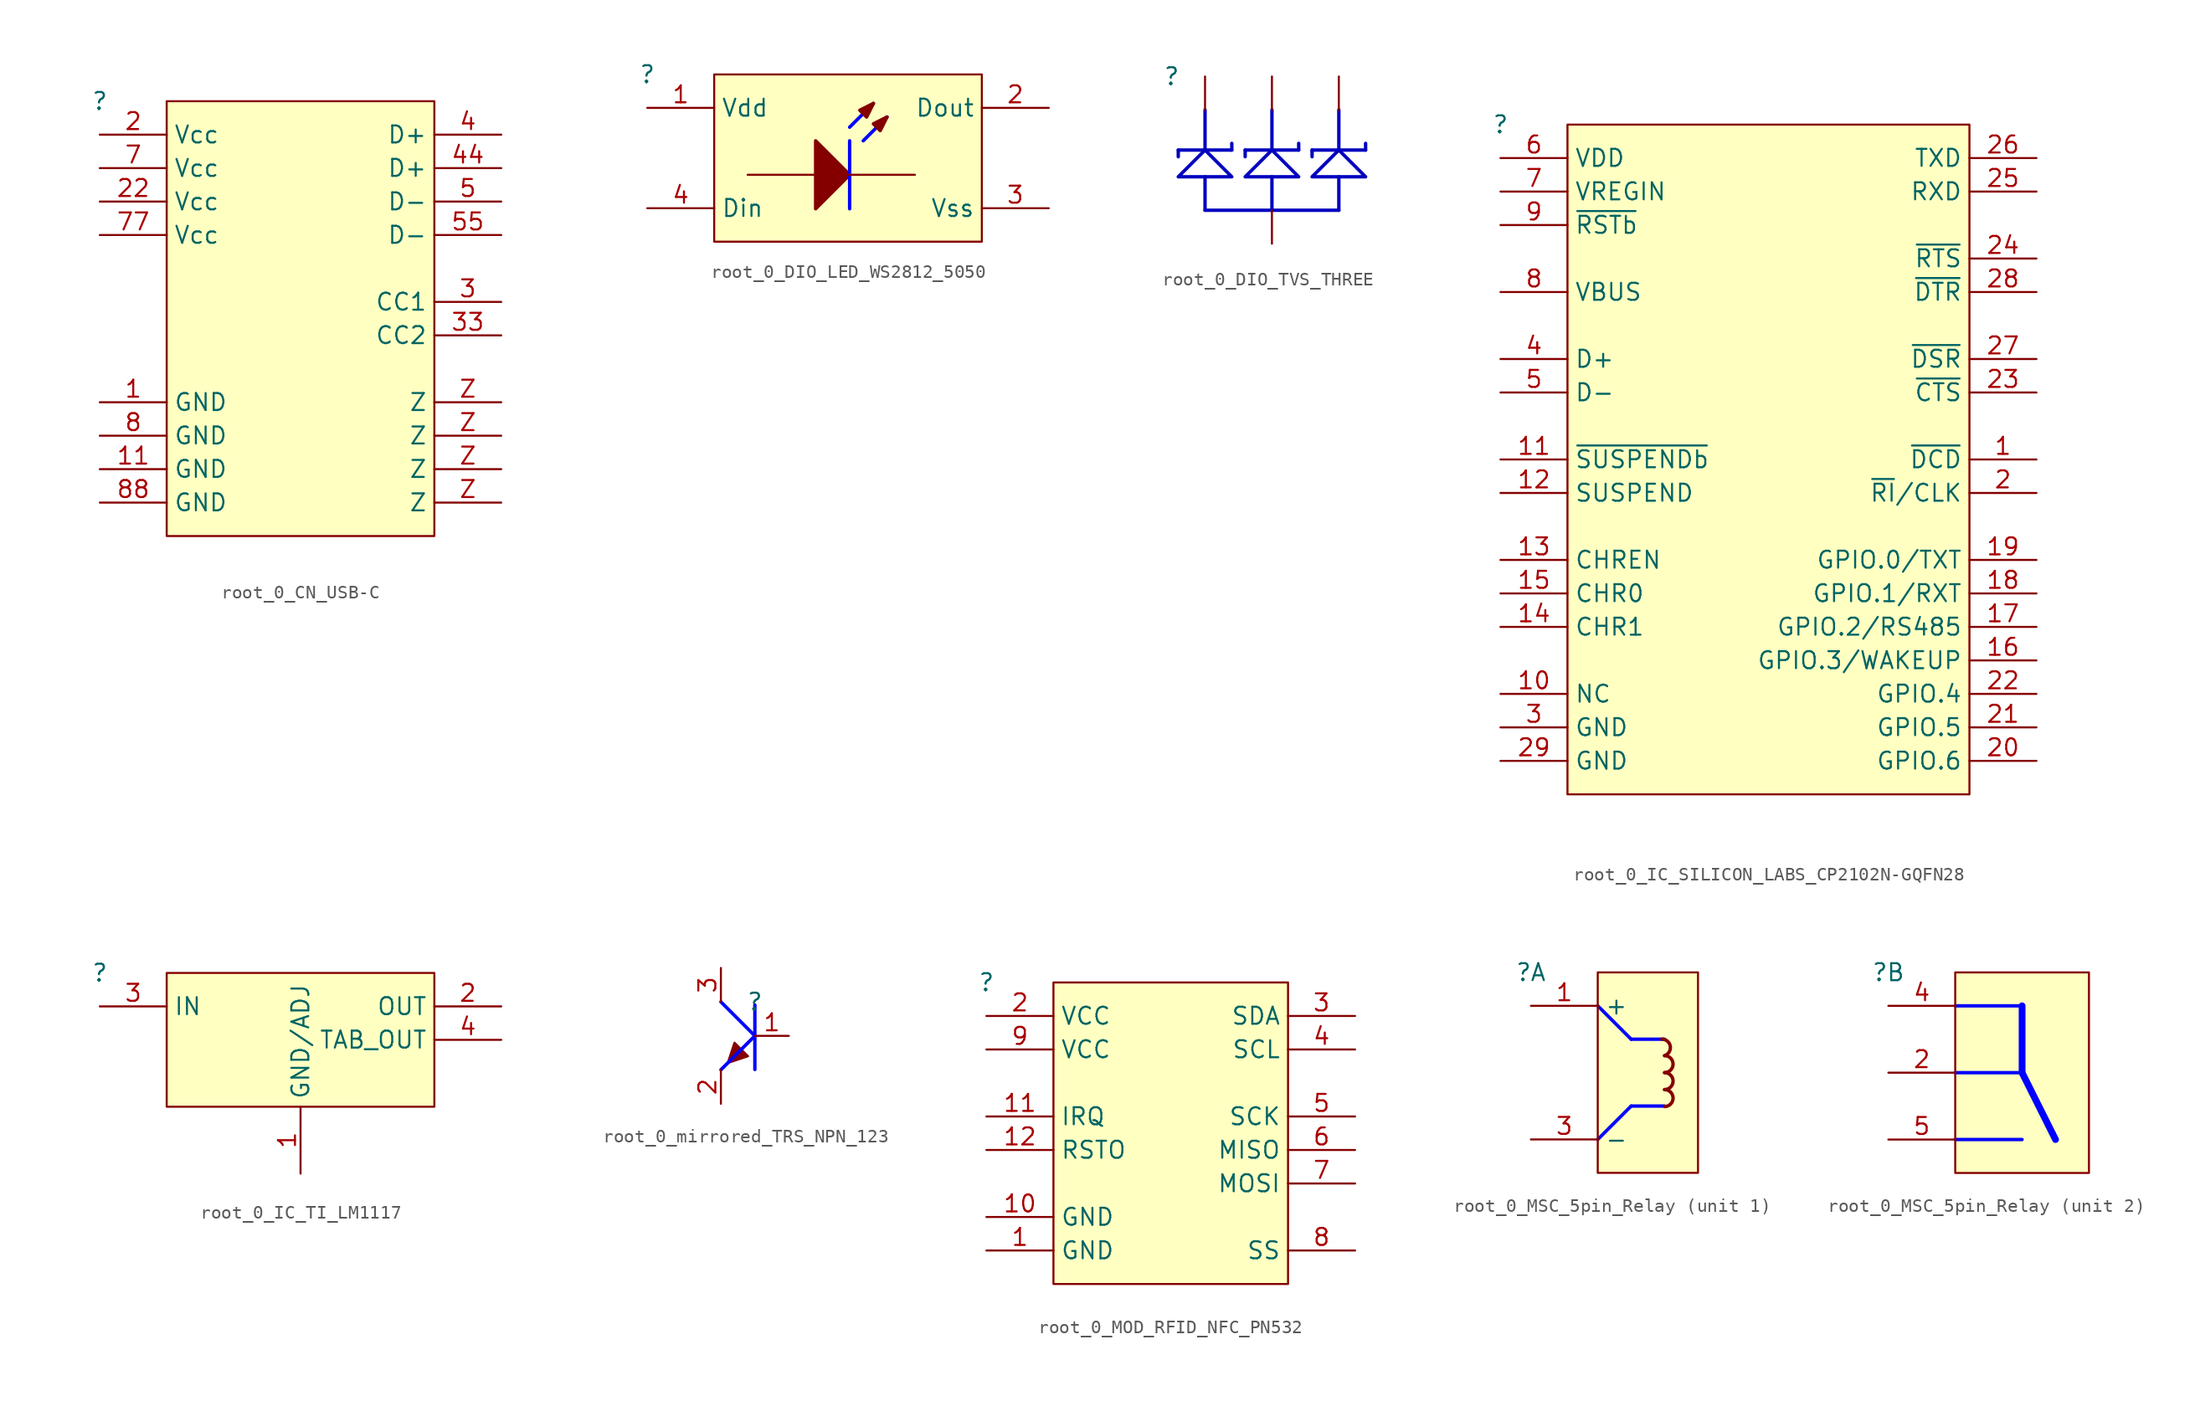
<source format=kicad_sym>
(kicad_symbol_lib
  (version 20220914)
  (generator kicad_symbol_editor)
  (symbol "root_0_CN_USB-C"
    (property "Reference" ""
      (at 0 0 0)
      (effects (font (size 1.27 1.27))))
    (property "Value" ""
      (at 0 0 0)
      (effects (font (size 1.27 1.27))))
    (symbol "root_0_CN_USB-C_1_0"
      (rectangle (start 25 0) (end 5 -32.5) (stroke (width 0) (type solid)) (fill (type background)))
      (pin passive line (at 0 -22.5 0) (length 5) (name "GND" (effects (font (size 1.27 1.27)))) (number "1" (effects (font (size 1.27 1.27)))))
      (pin passive line (at 0 -27.5 0) (length 5) (name "GND" (effects (font (size 1.27 1.27)))) (number "11" (effects (font (size 1.27 1.27)))))
      (pin passive line (at 0 -2.5 0) (length 5) (name "Vcc" (effects (font (size 1.27 1.27)))) (number "2" (effects (font (size 1.27 1.27)))))
      (pin passive line (at 0 -7.5 0) (length 5) (name "Vcc" (effects (font (size 1.27 1.27)))) (number "22" (effects (font (size 1.27 1.27)))))
      (pin passive line (at 30 -15 180) (length 5) (name "CC1" (effects (font (size 1.27 1.27)))) (number "3" (effects (font (size 1.27 1.27)))))
      (pin passive line (at 30 -17.5 180) (length 5) (name "CC2" (effects (font (size 1.27 1.27)))) (number "33" (effects (font (size 1.27 1.27)))))
      (pin passive line (at 30 -2.5 180) (length 5) (name "D+" (effects (font (size 1.27 1.27)))) (number "4" (effects (font (size 1.27 1.27)))))
      (pin passive line (at 30 -5 180) (length 5) (name "D+" (effects (font (size 1.27 1.27)))) (number "44" (effects (font (size 1.27 1.27)))))
      (pin passive line (at 30 -7.5 180) (length 5) (name "D-" (effects (font (size 1.27 1.27)))) (number "5" (effects (font (size 1.27 1.27)))))
      (pin passive line (at 30 -10 180) (length 5) (name "D-" (effects (font (size 1.27 1.27)))) (number "55" (effects (font (size 1.27 1.27)))))
      (pin passive line (at 0 -5 0) (length 5) (name "Vcc" (effects (font (size 1.27 1.27)))) (number "7" (effects (font (size 1.27 1.27)))))
      (pin passive line (at 0 -10 0) (length 5) (name "Vcc" (effects (font (size 1.27 1.27)))) (number "77" (effects (font (size 1.27 1.27)))))
      (pin passive line (at 0 -25 0) (length 5) (name "GND" (effects (font (size 1.27 1.27)))) (number "8" (effects (font (size 1.27 1.27)))))
      (pin passive line (at 0 -30 0) (length 5) (name "GND" (effects (font (size 1.27 1.27)))) (number "88" (effects (font (size 1.27 1.27)))))
      (pin passive line (at 30 -30 180) (length 5) (name "Z" (effects (font (size 1.27 1.27)))) (number "Z" (effects (font (size 1.27 1.27)))))
      (pin passive line (at 30 -27.5 180) (length 5) (name "Z" (effects (font (size 1.27 1.27)))) (number "Z" (effects (font (size 1.27 1.27)))))
      (pin passive line (at 30 -25 180) (length 5) (name "Z" (effects (font (size 1.27 1.27)))) (number "Z" (effects (font (size 1.27 1.27)))))
      (pin passive line (at 30 -22.5 180) (length 5) (name "Z" (effects (font (size 1.27 1.27)))) (number "Z" (effects (font (size 1.27 1.27)))))))
  (symbol "root_0_DIO_LED_WS2812_5050"
    (property "Reference" ""
      (at 0 0 0)
      (effects (font (size 1.27 1.27))))
    (property "Value" ""
      (at 0 0 0)
      (effects (font (size 1.27 1.27))))
    (symbol "root_0_DIO_LED_WS2812_5050_1_0"
      (polyline (pts (xy 15.12 -4.96) (xy 15.12 -10.04)) (stroke (width 0.254) (type solid) (color 0 0 255 1)) (fill (type none)))
      (polyline (pts (xy 15.12 -3.944) (xy 16.898 -2.166)) (stroke (width 0.254) (type solid) (color 0 0 255 1)) (fill (type none)))
      (polyline (pts (xy 16.136 -4.96) (xy 17.914 -3.182)) (stroke (width 0.254) (type solid) (color 0 0 255 1)) (fill (type none)))
      (polyline (pts (xy 12.58 -10.04) (xy 15.12 -7.5) (xy 12.58 -4.96) (xy 12.58 -10.04)) (stroke (width 0.254) (type solid)) (fill (type outline)))
      (polyline (pts (xy 16.898 -2.166) (xy 15.882 -2.674) (xy 16.39 -3.182) (xy 16.898 -2.166)) (stroke (width 0.254) (type solid)) (fill (type outline)))
      (polyline (pts (xy 17.914 -3.182) (xy 16.898 -3.69) (xy 17.406 -4.198) (xy 17.914 -3.182)) (stroke (width 0.254) (type solid)) (fill (type outline)))
      (rectangle (start 25 0) (end 5 -12.5) (stroke (width 0) (type solid)) (fill (type background)))
      (pin passive line (at 20 -7.5 180) (length 5.08) (name "K" (effects (font (size 0 0)))) (number "1" (effects (font (size 0 0)))))
      (pin power_in line (at 0 -2.5 0) (length 5) (name "Vdd" (effects (font (size 1.27 1.27)))) (number "1" (effects (font (size 1.27 1.27)))))
      (pin passive line (at 7.5 -7.5 0) (length 5.08) (name "A" (effects (font (size 0 0)))) (number "2" (effects (font (size 0 0)))))
      (pin output line (at 30 -2.5 180) (length 5) (name "Dout" (effects (font (size 1.27 1.27)))) (number "2" (effects (font (size 1.27 1.27)))))
      (pin power_in line (at 30 -10 180) (length 5) (name "Vss" (effects (font (size 1.27 1.27)))) (number "3" (effects (font (size 1.27 1.27)))))
      (pin input line (at 0 -10 0) (length 5) (name "Din" (effects (font (size 1.27 1.27)))) (number "4" (effects (font (size 1.27 1.27)))))))
  (symbol "root_0_DIO_TVS_THREE"
    (property "Reference" ""
      (at 0 0 0)
      (effects (font (size 1.27 1.27))))
    (property "Value" ""
      (at 0 0 0)
      (effects (font (size 1.27 1.27))))
    (symbol "root_0_DIO_TVS_THREE_1_0"
      (polyline (pts (xy 0.5 -5.5) (xy 0.5 -6)) (stroke (width 0.254) (type solid) (color 0 0 191 1)) (fill (type none)))
      (polyline (pts (xy 0.5 -5.5) (xy 4.5 -5.5)) (stroke (width 0.254) (type solid) (color 0 0 191 1)) (fill (type none)))
      (polyline (pts (xy 2.5 -10) (xy 12.5 -10)) (stroke (width 0.254) (type solid) (color 0 0 191 1)) (fill (type none)))
      (polyline (pts (xy 2.5 -7.5) (xy 2.5 -10)) (stroke (width 0.254) (type solid) (color 0 0 191 1)) (fill (type none)))
      (polyline (pts (xy 2.5 -5.5) (xy 2.5 -2.5)) (stroke (width 0.254) (type solid) (color 0 0 191 1)) (fill (type none)))
      (polyline (pts (xy 4.5 -5.5) (xy 4.5 -5)) (stroke (width 0.254) (type solid) (color 0 0 191 1)) (fill (type none)))
      (polyline (pts (xy 5.5 -5.5) (xy 5.5 -6)) (stroke (width 0.254) (type solid) (color 0 0 191 1)) (fill (type none)))
      (polyline (pts (xy 5.5 -5.5) (xy 9.5 -5.5)) (stroke (width 0.254) (type solid) (color 0 0 191 1)) (fill (type none)))
      (polyline (pts (xy 7.5 -7.5) (xy 7.5 -10)) (stroke (width 0.254) (type solid) (color 0 0 191 1)) (fill (type none)))
      (polyline (pts (xy 7.5 -5.5) (xy 7.5 -2.5)) (stroke (width 0.254) (type solid) (color 0 0 191 1)) (fill (type none)))
      (polyline (pts (xy 9.5 -5.5) (xy 9.5 -5)) (stroke (width 0.254) (type solid) (color 0 0 191 1)) (fill (type none)))
      (polyline (pts (xy 10.5 -5.5) (xy 10.5 -6)) (stroke (width 0.254) (type solid) (color 0 0 191 1)) (fill (type none)))
      (polyline (pts (xy 10.5 -5.5) (xy 14.5 -5.5)) (stroke (width 0.254) (type solid) (color 0 0 191 1)) (fill (type none)))
      (polyline (pts (xy 12.5 -7.5) (xy 12.5 -10)) (stroke (width 0.254) (type solid) (color 0 0 191 1)) (fill (type none)))
      (polyline (pts (xy 12.5 -5.5) (xy 12.5 -2.5)) (stroke (width 0.254) (type solid) (color 0 0 191 1)) (fill (type none)))
      (polyline (pts (xy 14.5 -5.5) (xy 14.5 -5)) (stroke (width 0.254) (type solid) (color 0 0 191 1)) (fill (type none)))
      (polyline (pts (xy 0.5 -7.5) (xy 4.5 -7.5) (xy 2.5 -5.5) (xy 0.5 -7.5)) (stroke (width 0.254) (type solid) (color 0 0 191 1)) (fill (type none)))
      (polyline (pts (xy 5.5 -7.5) (xy 9.5 -7.5) (xy 7.5 -5.5) (xy 5.5 -7.5)) (stroke (width 0.254) (type solid) (color 0 0 191 1)) (fill (type none)))
      (polyline (pts (xy 10.5 -7.5) (xy 14.5 -7.5) (xy 12.5 -5.5) (xy 10.5 -7.5)) (stroke (width 0.254) (type solid) (color 0 0 191 1)) (fill (type none)))
      (pin passive line (at 7.5 -12.5 90) (length 2.5) (name "Anode" (effects (font (size 0 0)))) (number "1" (effects (font (size 0 0)))))
      (pin passive line (at 2.5 0 270) (length 2.5) (name "Cathode" (effects (font (size 0 0)))) (number "2" (effects (font (size 0 0)))))
      (pin passive line (at 7.5 0 270) (length 2.5) (name "Cathode" (effects (font (size 0 0)))) (number "3" (effects (font (size 0 0)))))
      (pin passive line (at 12.5 0 270) (length 2.5) (name "Cathode" (effects (font (size 0 0)))) (number "4" (effects (font (size 0 0)))))))
  (symbol "root_0_IC_SILICON_LABS_CP2102N-GQFN28"
    (property "Reference" ""
      (at 0 0 0)
      (effects (font (size 1.27 1.27))))
    (property "Value" ""
      (at 0 0 0)
      (effects (font (size 1.27 1.27))))
    (symbol "root_0_IC_SILICON_LABS_CP2102N-GQFN28_1_0"
      (rectangle (start 35 0) (end 5 -50) (stroke (width 0) (type solid)) (fill (type background)))
      (pin input line (at 40 -25 180) (length 5) (name "~{DCD}" (effects (font (size 1.27 1.27)))) (number "1" (effects (font (size 1.27 1.27)))))
      (pin passive line (at 0 -42.5 0) (length 5) (name "NC" (effects (font (size 1.27 1.27)))) (number "10" (effects (font (size 1.27 1.27)))))
      (pin output line (at 0 -25 0) (length 5) (name "~{SUSPENDb}" (effects (font (size 1.27 1.27)))) (number "11" (effects (font (size 1.27 1.27)))))
      (pin output line (at 0 -27.5 0) (length 5) (name "SUSPEND" (effects (font (size 1.27 1.27)))) (number "12" (effects (font (size 1.27 1.27)))))
      (pin output line (at 0 -32.5 0) (length 5) (name "CHREN" (effects (font (size 1.27 1.27)))) (number "13" (effects (font (size 1.27 1.27)))))
      (pin output line (at 0 -37.5 0) (length 5) (name "CHR1" (effects (font (size 1.27 1.27)))) (number "14" (effects (font (size 1.27 1.27)))))
      (pin output line (at 0 -35 0) (length 5) (name "CHR0" (effects (font (size 1.27 1.27)))) (number "15" (effects (font (size 1.27 1.27)))))
      (pin bidirectional line (at 40 -40 180) (length 5) (name "GPIO.3/WAKEUP" (effects (font (size 1.27 1.27)))) (number "16" (effects (font (size 1.27 1.27)))))
      (pin bidirectional line (at 40 -37.5 180) (length 5) (name "GPIO.2/RS485" (effects (font (size 1.27 1.27)))) (number "17" (effects (font (size 1.27 1.27)))))
      (pin bidirectional line (at 40 -35 180) (length 5) (name "GPIO.1/RXT" (effects (font (size 1.27 1.27)))) (number "18" (effects (font (size 1.27 1.27)))))
      (pin bidirectional line (at 40 -32.5 180) (length 5) (name "GPIO.0/TXT" (effects (font (size 1.27 1.27)))) (number "19" (effects (font (size 1.27 1.27)))))
      (pin bidirectional line (at 40 -27.5 180) (length 5) (name "~{RI}/CLK" (effects (font (size 1.27 1.27)))) (number "2" (effects (font (size 1.27 1.27)))))
      (pin bidirectional line (at 40 -47.5 180) (length 5) (name "GPIO.6" (effects (font (size 1.27 1.27)))) (number "20" (effects (font (size 1.27 1.27)))))
      (pin bidirectional line (at 40 -45 180) (length 5) (name "GPIO.5" (effects (font (size 1.27 1.27)))) (number "21" (effects (font (size 1.27 1.27)))))
      (pin bidirectional line (at 40 -42.5 180) (length 5) (name "GPIO.4" (effects (font (size 1.27 1.27)))) (number "22" (effects (font (size 1.27 1.27)))))
      (pin input line (at 40 -20 180) (length 5) (name "~{CTS}" (effects (font (size 1.27 1.27)))) (number "23" (effects (font (size 1.27 1.27)))))
      (pin output line (at 40 -10 180) (length 5) (name "~{RTS}" (effects (font (size 1.27 1.27)))) (number "24" (effects (font (size 1.27 1.27)))))
      (pin input line (at 40 -5 180) (length 5) (name "RXD" (effects (font (size 1.27 1.27)))) (number "25" (effects (font (size 1.27 1.27)))))
      (pin output line (at 40 -2.5 180) (length 5) (name "TXD" (effects (font (size 1.27 1.27)))) (number "26" (effects (font (size 1.27 1.27)))))
      (pin input line (at 40 -17.5 180) (length 5) (name "~{DSR}" (effects (font (size 1.27 1.27)))) (number "27" (effects (font (size 1.27 1.27)))))
      (pin output line (at 40 -12.5 180) (length 5) (name "~{DTR}" (effects (font (size 1.27 1.27)))) (number "28" (effects (font (size 1.27 1.27)))))
      (pin power_in line (at 0 -47.5 0) (length 5) (name "GND" (effects (font (size 1.27 1.27)))) (number "29" (effects (font (size 1.27 1.27)))))
      (pin power_in line (at 0 -45 0) (length 5) (name "GND" (effects (font (size 1.27 1.27)))) (number "3" (effects (font (size 1.27 1.27)))))
      (pin bidirectional line (at 0 -17.5 0) (length 5) (name "D+" (effects (font (size 1.27 1.27)))) (number "4" (effects (font (size 1.27 1.27)))))
      (pin bidirectional line (at 0 -20 0) (length 5) (name "D-" (effects (font (size 1.27 1.27)))) (number "5" (effects (font (size 1.27 1.27)))))
      (pin power_in line (at 0 -2.5 0) (length 5) (name "VDD" (effects (font (size 1.27 1.27)))) (number "6" (effects (font (size 1.27 1.27)))))
      (pin input line (at 0 -5 0) (length 5) (name "VREGIN" (effects (font (size 1.27 1.27)))) (number "7" (effects (font (size 1.27 1.27)))))
      (pin input line (at 0 -12.5 0) (length 5) (name "VBUS" (effects (font (size 1.27 1.27)))) (number "8" (effects (font (size 1.27 1.27)))))
      (pin input line (at 0 -7.5 0) (length 5) (name "~{RSTb}" (effects (font (size 1.27 1.27)))) (number "9" (effects (font (size 1.27 1.27)))))))
  (symbol "root_0_IC_TI_LM1117"
    (property "Reference" ""
      (at 0 0 0)
      (effects (font (size 1.27 1.27))))
    (property "Value" ""
      (at 0 0 0)
      (effects (font (size 1.27 1.27))))
    (symbol "root_0_IC_TI_LM1117_1_0"
      (rectangle (start 25 0) (end 5 -10) (stroke (width 0) (type solid)) (fill (type background)))
      (pin passive line (at 15 -15 90) (length 5) (name "GND/ADJ" (effects (font (size 1.27 1.27)))) (number "1" (effects (font (size 1.27 1.27)))))
      (pin passive line (at 30 -2.5 180) (length 5) (name "OUT" (effects (font (size 1.27 1.27)))) (number "2" (effects (font (size 1.27 1.27)))))
      (pin passive line (at 0 -2.5 0) (length 5) (name "IN" (effects (font (size 1.27 1.27)))) (number "3" (effects (font (size 1.27 1.27)))))
      (pin passive line (at 30 -5 180) (length 5) (name "TAB_OUT" (effects (font (size 1.27 1.27)))) (number "4" (effects (font (size 1.27 1.27)))))))
  (symbol "root_0_mirrored_TRS_NPN_123"
    (property "Reference" ""
      (at 0 0 0)
      (effects (font (size 1.27 1.27))))
    (property "Value" ""
      (at 0 0 0)
      (effects (font (size 1.27 1.27))))
    (symbol "root_0_mirrored_TRS_NPN_123_1_0"
      (polyline (pts (xy 0 -2.54) (xy -2.54 -5.08)) (stroke (width 0.254) (type solid) (color 0 0 255 1)) (fill (type none)))
      (polyline (pts (xy 0 -2.54) (xy -2.54 0)) (stroke (width 0.254) (type solid) (color 0 0 255 1)) (fill (type none)))
      (polyline (pts (xy 0 -0.229) (xy 0 -5.055)) (stroke (width 0.254) (type solid) (color 0 0 255 1)) (fill (type none)))
      (polyline (pts (xy -0.508 -4.064) (xy -2.032 -4.572) (xy -1.524 -3.048) (xy -0.508 -4.064)) (stroke (width 0) (type solid)) (fill (type outline)))
      (pin passive line (at 2.54 -2.54 180) (length 2.54) (name "B" (effects (font (size 0 0)))) (number "1" (effects (font (size 1.27 1.27)))))
      (pin passive line (at -2.54 -7.62 90) (length 2.54) (name "E" (effects (font (size 0 0)))) (number "2" (effects (font (size 1.27 1.27)))))
      (pin passive line (at -2.54 2.54 270) (length 2.54) (name "C" (effects (font (size 0 0)))) (number "3" (effects (font (size 1.27 1.27)))))))
  (symbol "root_0_MOD_RFID_NFC_PN532"
    (property "Reference" ""
      (at 0 0 0)
      (effects (font (size 1.27 1.27))))
    (property "Value" ""
      (at 0 0 0)
      (effects (font (size 1.27 1.27))))
    (symbol "root_0_MOD_RFID_NFC_PN532_1_0"
      (rectangle (start 22.5 0) (end 5 -22.5) (stroke (width 0) (type solid)) (fill (type background)))
      (pin power_in line (at 0 -20 0) (length 5) (name "GND" (effects (font (size 1.27 1.27)))) (number "1" (effects (font (size 1.27 1.27)))))
      (pin power_in line (at 0 -17.5 0) (length 5) (name "GND" (effects (font (size 1.27 1.27)))) (number "10" (effects (font (size 1.27 1.27)))))
      (pin output line (at 0 -10 0) (length 5) (name "IRQ" (effects (font (size 1.27 1.27)))) (number "11" (effects (font (size 1.27 1.27)))))
      (pin passive line (at 0 -12.5 0) (length 5) (name "RSTO" (effects (font (size 1.27 1.27)))) (number "12" (effects (font (size 1.27 1.27)))))
      (pin power_in line (at 0 -2.5 0) (length 5) (name "VCC" (effects (font (size 1.27 1.27)))) (number "2" (effects (font (size 1.27 1.27)))))
      (pin bidirectional line (at 27.5 -2.5 180) (length 5) (name "SDA" (effects (font (size 1.27 1.27)))) (number "3" (effects (font (size 1.27 1.27)))))
      (pin bidirectional line (at 27.5 -5 180) (length 5) (name "SCL" (effects (font (size 1.27 1.27)))) (number "4" (effects (font (size 1.27 1.27)))))
      (pin input line (at 27.5 -10 180) (length 5) (name "SCK" (effects (font (size 1.27 1.27)))) (number "5" (effects (font (size 1.27 1.27)))))
      (pin output line (at 27.5 -12.5 180) (length 5) (name "MISO" (effects (font (size 1.27 1.27)))) (number "6" (effects (font (size 1.27 1.27)))))
      (pin input line (at 27.5 -15 180) (length 5) (name "MOSI" (effects (font (size 1.27 1.27)))) (number "7" (effects (font (size 1.27 1.27)))))
      (pin input line (at 27.5 -20 180) (length 5) (name "SS" (effects (font (size 1.27 1.27)))) (number "8" (effects (font (size 1.27 1.27)))))
      (pin power_in line (at 0 -5 0) (length 5) (name "VCC" (effects (font (size 1.27 1.27)))) (number "9" (effects (font (size 1.27 1.27)))))))
  (symbol "root_0_MSC_5pin_Relay"
    (property "Reference" ""
      (at 0 0 0)
      (effects (font (size 1.27 1.27))))
    (property "Value" ""
      (at 0 0 0)
      (effects (font (size 1.27 1.27))))
    (symbol "root_0_MSC_5pin_Relay_1_0"
      (polyline (pts (xy 7.5 -10) (xy 5 -12.5)) (stroke (width 0.254) (type solid) (color 0 0 255 1)) (fill (type none)))
      (polyline (pts (xy 7.5 -10) (xy 10 -10)) (stroke (width 0.254) (type solid) (color 0 0 255 1)) (fill (type none)))
      (polyline (pts (xy 7.5 -5) (xy 5 -2.5)) (stroke (width 0.254) (type solid) (color 0 0 255 1)) (fill (type none)))
      (polyline (pts (xy 7.5 -5) (xy 10 -5)) (stroke (width 0.254) (type solid) (color 0 0 255 1)) (fill (type none)))
      (arc (start 10 -10.04) (mid 10.635 -9.405) (end 10 -8.77) (stroke (width 0.254) (type solid)) (fill (type none)))
      (arc (start 10 -8.77) (mid 10.635 -8.135) (end 10 -7.5) (stroke (width 0.254) (type solid)) (fill (type none)))
      (arc (start 10 -7.5) (mid 10.635 -6.865) (end 10 -6.23) (stroke (width 0.254) (type solid)) (fill (type none)))
      (arc (start 10 -6.23) (mid 10.6268 -5.493) (end 9.7987 -4.9927) (stroke (width 0.254) (type solid)) (fill (type none)))
      (rectangle (start 12.5 0) (end 5 -15) (stroke (width 0) (type solid)) (fill (type background)))
      (pin power_in line (at 0 -2.5 0) (length 5) (name "+" (effects (font (size 1.27 1.27)))) (number "1" (effects (font (size 1.27 1.27)))))
      (pin power_in line (at 0 -12.5 0) (length 5) (name "-" (effects (font (size 1.27 1.27)))) (number "3" (effects (font (size 1.27 1.27))))))
    (symbol "root_0_MSC_5pin_Relay_2_0"
      (polyline (pts (xy 5 -12.5) (xy 10 -12.5)) (stroke (width 0.254) (type solid) (color 0 0 255 1)) (fill (type none)))
      (polyline (pts (xy 5 -7.5) (xy 10 -7.5)) (stroke (width 0.254) (type solid) (color 0 0 255 1)) (fill (type none)))
      (polyline (pts (xy 5 -2.5) (xy 10 -2.5)) (stroke (width 0.254) (type solid) (color 0 0 255 1)) (fill (type none)))
      (polyline (pts (xy 10 -7.5) (xy 10 -2.5)) (stroke (width 0.508) (type solid) (color 0 0 255 1)) (fill (type none)))
      (polyline (pts (xy 10 -7.5) (xy 12.5 -12.5)) (stroke (width 0.508) (type solid) (color 0 0 255 1)) (fill (type none)))
      (rectangle (start 15 0) (end 5 -15) (stroke (width 0) (type solid)) (fill (type background)))
      (pin power_in line (at 0 -7.5 0) (length 5) (name "2" (effects (font (size 0 0)))) (number "2" (effects (font (size 1.27 1.27)))))
      (pin power_in line (at 0 -2.5 0) (length 5) (name "4" (effects (font (size 0 0)))) (number "4" (effects (font (size 1.27 1.27)))))
      (pin power_in line (at 0 -12.5 0) (length 5) (name "5" (effects (font (size 0 0)))) (number "5" (effects (font (size 1.27 1.27))))))))
</source>
